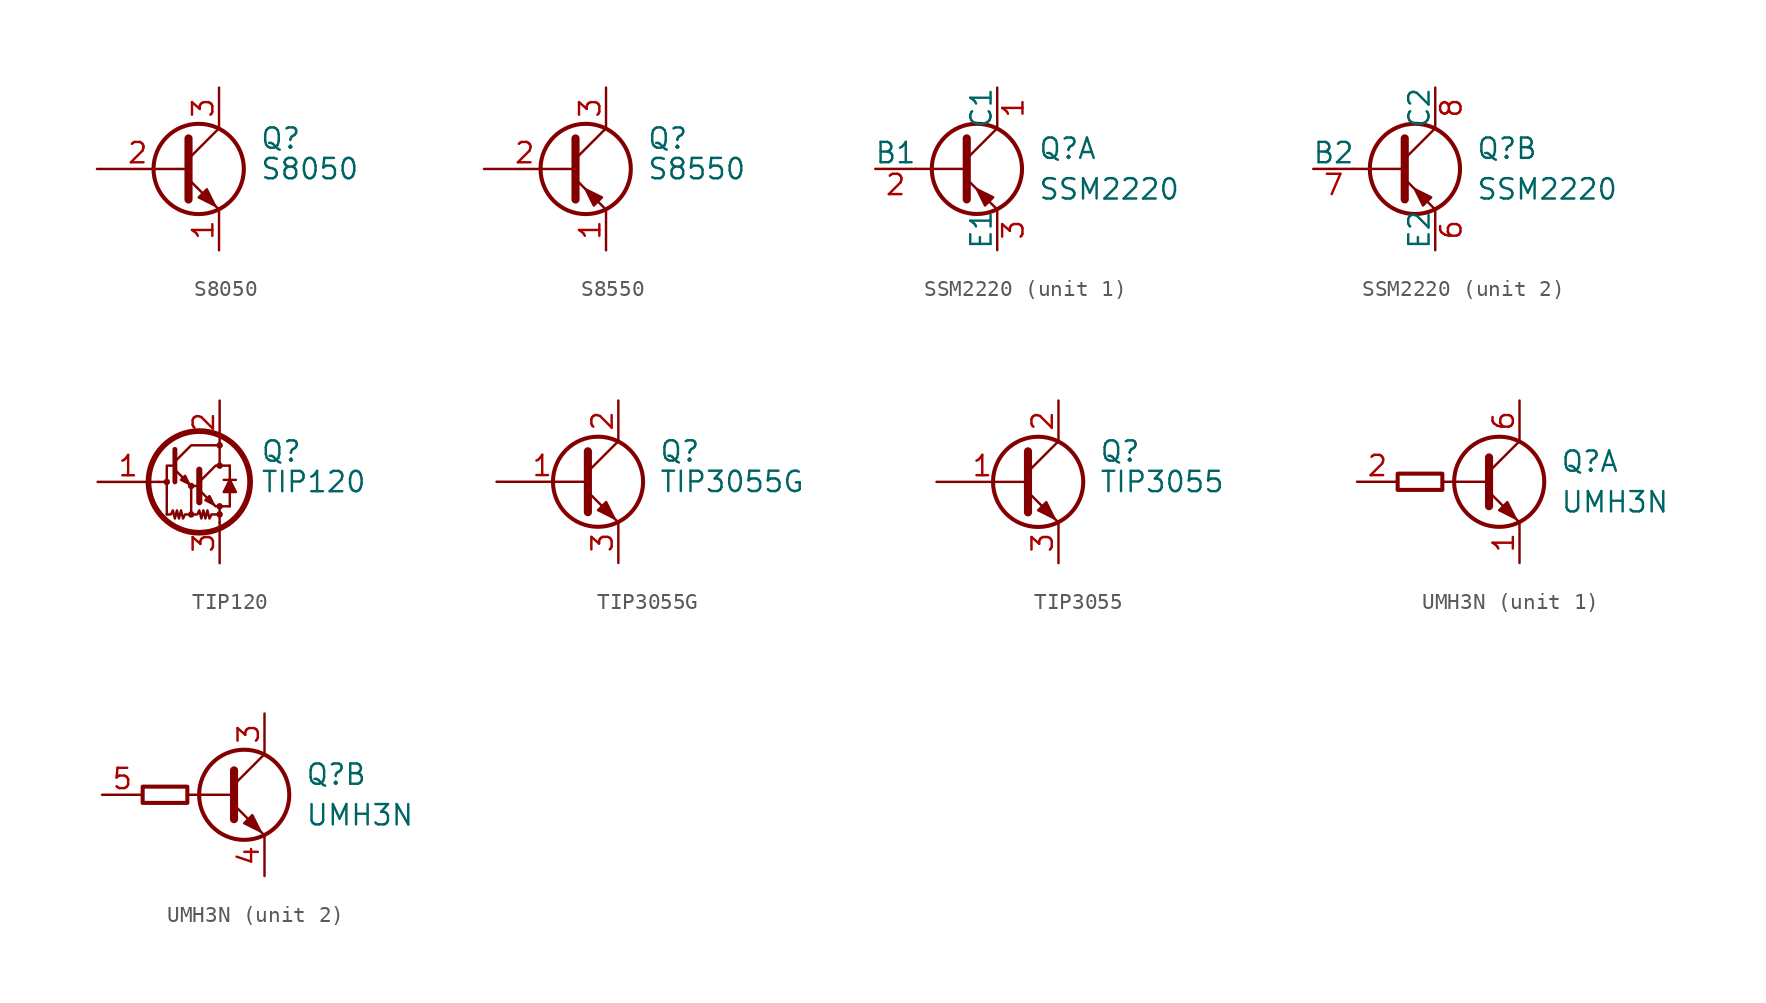
<source format=kicad_sym>
(kicad_symbol_lib
  (version 20241209)
  (generator "kicad_symbol_editor")
  (generator_version "9.0")
  (symbol "S8050"
    (pin_names
      (offset 0)
      (hide yes))
    (property "Reference" "Q"
      (at 5.08 1.905 0)
      (effects (font (size 1.27 1.27)) (justify left)))
    (property "Value" "S8050"
      (at 5.08 0 0)
      (effects (font (size 1.27 1.27)) (justify left)))
    (symbol "S8050_0_1"
      (polyline (pts (xy 0 0) (xy 0.635 0)) (stroke (width 0) (type default)) (fill (type none)))
      (polyline (pts (xy 0.635 1.905) (xy 0.635 -1.905) (xy 0.635 -1.905)) (stroke (width 0.508) (type default)) (fill (type none)))
      (polyline (pts (xy 0.635 0.635) (xy 2.54 2.54)) (stroke (width 0) (type default)) (fill (type none)))
      (polyline (pts (xy 0.635 -0.635) (xy 2.54 -2.54) (xy 2.54 -2.54)) (stroke (width 0) (type default)) (fill (type none)))
      (circle (center 1.27 0) (radius 2.819) (stroke (width 0.254) (type default)) (fill (type none)))
      (polyline (pts (xy 1.27 -1.778) (xy 1.778 -1.27) (xy 2.286 -2.286) (xy 1.27 -1.778) (xy 1.27 -1.778)) (stroke (width 0) (type default)) (fill (type outline))))
    (symbol "S8050_1_1"
      (pin input line (at -5.08 0 0) (length 5.08) (name "B" (effects (font (size 1.27 1.27)))) (number "2" (effects (font (size 1.27 1.27)))))
      (pin passive line (at 2.54 5.08 270) (length 2.54) (name "C" (effects (font (size 1.27 1.27)))) (number "3" (effects (font (size 1.27 1.27)))))
      (pin passive line (at 2.54 -5.08 90) (length 2.54) (name "E" (effects (font (size 1.27 1.27)))) (number "1" (effects (font (size 1.27 1.27)))))))
  (symbol "S8550"
    (pin_names
      (offset 0)
      (hide yes))
    (property "Reference" "Q"
      (at 5.08 1.905 0)
      (effects (font (size 1.27 1.27)) (justify left)))
    (property "Value" "S8550"
      (at 5.08 0 0)
      (effects (font (size 1.27 1.27)) (justify left)))
    (symbol "S8550_0_1"
      (polyline (pts (xy 0 0) (xy 0.635 0)) (stroke (width 0) (type default)) (fill (type none)))
      (polyline (pts (xy 0.635 1.905) (xy 0.635 -1.905) (xy 0.635 -1.905)) (stroke (width 0.508) (type default)) (fill (type outline)))
      (circle (center 1.27 0) (radius 2.819) (stroke (width 0.254) (type default)) (fill (type none)))
      (polyline (pts (xy 1.778 -2.286) (xy 2.286 -1.778) (xy 1.27 -1.27) (xy 1.778 -2.286) (xy 1.778 -2.286)) (stroke (width 0) (type default)) (fill (type outline)))
      (polyline (pts (xy 2.54 2.54) (xy 0.635 0.635)) (stroke (width 0) (type default)) (fill (type none)))
      (polyline (pts (xy 2.54 -2.54) (xy 0.635 -0.635)) (stroke (width 0) (type default)) (fill (type none))))
    (symbol "S8550_1_1"
      (pin input line (at -5.08 0 0) (length 5.08) (name "B" (effects (font (size 1.27 1.27)))) (number "2" (effects (font (size 1.27 1.27)))))
      (pin passive line (at 2.54 5.08 270) (length 2.54) (name "C" (effects (font (size 1.27 1.27)))) (number "3" (effects (font (size 1.27 1.27)))))
      (pin passive line (at 2.54 -5.08 90) (length 2.54) (name "E" (effects (font (size 1.27 1.27)))) (number "1" (effects (font (size 1.27 1.27)))))))
  (symbol "SSM2220"
    (pin_names
      (offset 0))
    (property "Reference" "Q"
      (at 5.08 1.27 0)
      (effects (font (size 1.27 1.27)) (justify left)))
    (property "Value" "SSM2220"
      (at 5.08 -1.27 0)
      (effects (font (size 1.27 1.27)) (justify left)))
    (symbol "SSM2220_0_1"
      (polyline (pts (xy 0.635 1.905) (xy 0.635 -1.905) (xy 0.635 -1.905)) (stroke (width 0.508) (type default)) (fill (type none)))
      (polyline (pts (xy 0.635 0.635) (xy 2.54 2.54)) (stroke (width 0) (type default)) (fill (type none)))
      (polyline (pts (xy 0.635 0) (xy -2.54 0)) (stroke (width 0) (type default)) (fill (type none)))
      (polyline (pts (xy 0.635 -0.635) (xy 2.54 -2.54) (xy 2.54 -2.54)) (stroke (width 0) (type default)) (fill (type none)))
      (circle (center 1.27 0) (radius 2.819) (stroke (width 0.254) (type default)) (fill (type none)))
      (polyline (pts (xy 2.286 -1.778) (xy 1.778 -2.286) (xy 1.27 -1.27) (xy 2.286 -1.778) (xy 2.286 -1.778)) (stroke (width 0) (type default)) (fill (type outline))))
    (symbol "SSM2220_1_1"
      (pin input line (at -5.08 0 0) (length 2.54) (name "B1" (effects (font (size 1.27 1.27)))) (number "2" (effects (font (size 1.27 1.27)))))
      (pin passive line (at 2.54 5.08 270) (length 2.54) (name "C1" (effects (font (size 1.27 1.27)))) (number "1" (effects (font (size 1.27 1.27)))))
      (pin passive line (at 2.54 -5.08 90) (length 2.54) (name "E1" (effects (font (size 1.27 1.27)))) (number "3" (effects (font (size 1.27 1.27))))))
    (symbol "SSM2220_2_1"
      (pin input line (at -5.08 0 0) (length 2.54) (name "B2" (effects (font (size 1.27 1.27)))) (number "7" (effects (font (size 1.27 1.27)))))
      (pin passive line (at 2.54 5.08 270) (length 2.54) (name "C2" (effects (font (size 1.27 1.27)))) (number "8" (effects (font (size 1.27 1.27)))))
      (pin passive line (at 2.54 -5.08 90) (length 2.54) (name "E2" (effects (font (size 1.27 1.27)))) (number "6" (effects (font (size 1.27 1.27)))))))
  (symbol "TIP120"
    (pin_names
      (offset 0)
      (hide yes))
    (property "Reference" "Q"
      (at 5.08 1.905 0)
      (effects (font (size 1.27 1.27)) (justify left)))
    (property "Value" "TIP120"
      (at 5.08 0 0)
      (effects (font (size 1.27 1.27)) (justify left)))
    (symbol "TIP120_0_1"
      (polyline (pts (xy -1.27 0) (xy -0.889 0)) (stroke (width 0) (type default)) (fill (type none)))
      (circle (center -0.762 0) (radius 0.127) (stroke (width 0) (type default)) (fill (type none)))
      (polyline (pts (xy -0.254 2.032) (xy -0.254 0) (xy -0.254 0)) (stroke (width 0.305) (type default)) (fill (type none)))
      (polyline (pts (xy -0.254 1.27) (xy 0.762 2.286) (xy 2.54 2.286)) (stroke (width 0) (type default)) (fill (type none)))
      (polyline (pts (xy -0.254 1.016) (xy -0.762 1.016) (xy -0.762 -2.032)) (stroke (width 0) (type default)) (fill (type none)))
      (polyline (pts (xy -0.254 0.762) (xy 0.762 -0.254) (xy 1.27 -0.254)) (stroke (width 0) (type default)) (fill (type none)))
      (polyline (pts (xy 0.635 -0.127) (xy 0.381 0.381) (xy 0.127 0.127) (xy 0.635 -0.127)) (stroke (width 0) (type default)) (fill (type none)))
      (polyline (pts (xy 0.762 -0.254) (xy 0.762 -2.032) (xy 1.143 -2.032) (xy 1.27 -1.778) (xy 1.397 -2.286) (xy 1.524 -1.778) (xy 1.651 -2.286) (xy 1.778 -1.778) (xy 1.905 -2.286) (xy 2.032 -2.032) (xy 2.54 -2.032)) (stroke (width 0) (type default)) (fill (type none)))
      (circle (center 0.762 -0.254) (radius 0.127) (stroke (width 0) (type default)) (fill (type none)))
      (polyline (pts (xy 0.762 -2.032) (xy 0.381 -2.032) (xy 0.254 -2.286) (xy 0.127 -1.778) (xy 0 -2.286) (xy -0.127 -1.778) (xy -0.254 -2.286) (xy -0.381 -1.778) (xy -0.508 -2.032) (xy -0.762 -2.032)) (stroke (width 0) (type default)) (fill (type none)))
      (circle (center 0.762 -2.032) (radius 0.127) (stroke (width 0) (type default)) (fill (type none)))
      (polyline (pts (xy 1.27 0.762) (xy 1.27 -1.27) (xy 1.27 -1.27)) (stroke (width 0.381) (type default)) (fill (type none)))
      (polyline (pts (xy 1.27 0) (xy 2.286 1.016) (xy 2.54 1.016) (xy 2.54 2.286)) (stroke (width 0) (type default)) (fill (type none)))
      (circle (center 1.27 0) (radius 3.175) (stroke (width 0.356) (type default)) (fill (type none)))
      (polyline (pts (xy 1.27 -0.508) (xy 2.286 -1.524) (xy 2.54 -1.524) (xy 2.54 -2.032)) (stroke (width 0) (type default)) (fill (type none)))
      (polyline (pts (xy 2.159 -1.397) (xy 1.905 -0.889) (xy 1.651 -1.143) (xy 2.159 -1.397)) (stroke (width 0) (type default)) (fill (type none)))
      (circle (center 2.54 2.286) (radius 0.127) (stroke (width 0) (type default)) (fill (type none)))
      (circle (center 2.54 1.016) (radius 0.127) (stroke (width 0) (type default)) (fill (type none)))
      (polyline (pts (xy 2.54 -1.524) (xy 3.175 -1.524)) (stroke (width 0) (type default)) (fill (type none)))
      (circle (center 2.54 -1.524) (radius 0.127) (stroke (width 0) (type default)) (fill (type none)))
      (polyline (pts (xy 2.54 -2.032) (xy 2.54 -2.54)) (stroke (width 0) (type default)) (fill (type none)))
      (circle (center 2.54 -2.032) (radius 0.127) (stroke (width 0) (type default)) (fill (type none)))
      (polyline (pts (xy 2.794 0.127) (xy 3.556 0.127)) (stroke (width 0) (type default)) (fill (type none)))
      (polyline (pts (xy 3.175 1.016) (xy 2.54 1.016)) (stroke (width 0) (type default)) (fill (type none)))
      (polyline (pts (xy 3.175 1.016) (xy 3.175 0.127)) (stroke (width 0) (type default)) (fill (type none)))
      (polyline (pts (xy 3.175 0.127) (xy 2.794 -0.635) (xy 3.556 -0.635) (xy 3.175 0.127)) (stroke (width 0) (type default)) (fill (type outline)))
      (polyline (pts (xy 3.175 -0.635) (xy 3.175 -1.524)) (stroke (width 0) (type default)) (fill (type none))))
    (symbol "TIP120_1_1"
      (pin input line (at -5.08 0 0) (length 3.81) (name "B" (effects (font (size 1.27 1.27)))) (number "1" (effects (font (size 1.27 1.27)))))
      (pin passive line (at 2.54 5.08 270) (length 2.667) (name "C" (effects (font (size 1.27 1.27)))) (number "2" (effects (font (size 1.27 1.27)))))
      (pin passive line (at 2.54 -5.08 90) (length 2.54) (name "E" (effects (font (size 1.27 1.27)))) (number "3" (effects (font (size 1.27 1.27)))))))
  (symbol "TIP3055G"
    (pin_names
      (offset 0)
      (hide yes))
    (property "Reference" "Q"
      (at 5.08 1.905 0)
      (effects (font (size 1.27 1.27)) (justify left)))
    (property "Value" "TIP3055G"
      (at 5.08 0 0)
      (effects (font (size 1.27 1.27)) (justify left)))
    (symbol "TIP3055G_0_1"
      (polyline (pts (xy 0.635 1.905) (xy 0.635 -1.905) (xy 0.635 -1.905)) (stroke (width 0.508) (type default)) (fill (type none)))
      (polyline (pts (xy 0.635 0.635) (xy 2.54 2.54)) (stroke (width 0) (type default)) (fill (type none)))
      (polyline (pts (xy 0.635 -0.635) (xy 2.54 -2.54) (xy 2.54 -2.54)) (stroke (width 0) (type default)) (fill (type none)))
      (circle (center 1.27 0) (radius 2.819) (stroke (width 0.254) (type default)) (fill (type none)))
      (polyline (pts (xy 1.27 -1.778) (xy 1.778 -1.27) (xy 2.286 -2.286) (xy 1.27 -1.778) (xy 1.27 -1.778)) (stroke (width 0) (type default)) (fill (type outline))))
    (symbol "TIP3055G_1_1"
      (pin input line (at -5.08 0 0) (length 5.715) (name "B" (effects (font (size 1.27 1.27)))) (number "1" (effects (font (size 1.27 1.27)))))
      (pin passive line (at 2.54 5.08 270) (length 2.54) (name "C" (effects (font (size 1.27 1.27)))) (number "2" (effects (font (size 1.27 1.27)))))
      (pin passive line (at 2.54 -5.08 90) (length 2.54) (name "E" (effects (font (size 1.27 1.27)))) (number "3" (effects (font (size 1.27 1.27)))))))
  (symbol "TIP3055"
    (pin_names
      (offset 0)
      (hide yes))
    (property "Reference" "Q"
      (at 5.08 1.905 0)
      (effects (font (size 1.27 1.27)) (justify left)))
    (property "Value" "TIP3055"
      (at 5.08 0 0)
      (effects (font (size 1.27 1.27)) (justify left)))
    (symbol "TIP3055_0_1"
      (polyline (pts (xy 0.635 1.905) (xy 0.635 -1.905) (xy 0.635 -1.905)) (stroke (width 0.508) (type default)) (fill (type none)))
      (polyline (pts (xy 0.635 0.635) (xy 2.54 2.54)) (stroke (width 0) (type default)) (fill (type none)))
      (polyline (pts (xy 0.635 -0.635) (xy 2.54 -2.54) (xy 2.54 -2.54)) (stroke (width 0) (type default)) (fill (type none)))
      (circle (center 1.27 0) (radius 2.819) (stroke (width 0.254) (type default)) (fill (type none)))
      (polyline (pts (xy 1.27 -1.778) (xy 1.778 -1.27) (xy 2.286 -2.286) (xy 1.27 -1.778) (xy 1.27 -1.778)) (stroke (width 0) (type default)) (fill (type outline))))
    (symbol "TIP3055_1_1"
      (pin input line (at -5.08 0 0) (length 5.715) (name "B" (effects (font (size 1.27 1.27)))) (number "1" (effects (font (size 1.27 1.27)))))
      (pin passive line (at 2.54 5.08 270) (length 2.54) (name "C" (effects (font (size 1.27 1.27)))) (number "2" (effects (font (size 1.27 1.27)))))
      (pin passive line (at 2.54 -5.08 90) (length 2.54) (name "E" (effects (font (size 1.27 1.27)))) (number "3" (effects (font (size 1.27 1.27)))))))
  (symbol "UMH3N"
    (pin_names
      (hide yes))
    (property "Reference" "Q"
      (at 7.62 1.27 0)
      (effects (font (size 1.27 1.27)) (justify left)))
    (property "Value" "UMH3N"
      (at 7.62 -1.27 0)
      (effects (font (size 1.27 1.27)) (justify left)))
    (symbol "UMH3N_0_1"
      (rectangle (start 0.254 0.508) (end -2.54 -0.508) (stroke (width 0.254) (type default)) (fill (type none)))
      (polyline (pts (xy 3.175 1.524) (xy 3.175 -1.524)) (stroke (width 0.508) (type default)) (fill (type none)))
      (polyline (pts (xy 3.175 0.635) (xy 5.08 2.54)) (stroke (width 0) (type default)) (fill (type none)))
      (polyline (pts (xy 3.175 0) (xy 0.254 0)) (stroke (width 0) (type default)) (fill (type none)))
      (polyline (pts (xy 3.175 -0.635) (xy 5.08 -2.54) (xy 5.08 -2.54)) (stroke (width 0) (type default)) (fill (type none)))
      (circle (center 3.81 0) (radius 2.819) (stroke (width 0.254) (type default)) (fill (type none)))
      (polyline (pts (xy 3.81 -1.778) (xy 4.318 -1.27) (xy 4.826 -2.286) (xy 3.81 -1.778) (xy 3.81 -1.778)) (stroke (width 0) (type default)) (fill (type outline))))
    (symbol "UMH3N_1_1"
      (pin input line (at -5.08 0 0) (length 2.54) (name "B1" (effects (font (size 1.27 1.27)))) (number "2" (effects (font (size 1.27 1.27)))))
      (pin passive line (at 5.08 5.08 270) (length 2.54) (name "C1" (effects (font (size 1.27 1.27)))) (number "6" (effects (font (size 1.27 1.27)))))
      (pin passive line (at 5.08 -5.08 90) (length 2.54) (name "E1" (effects (font (size 1.27 1.27)))) (number "1" (effects (font (size 1.27 1.27))))))
    (symbol "UMH3N_2_1"
      (pin input line (at -5.08 0 0) (length 2.54) (name "B2" (effects (font (size 1.27 1.27)))) (number "5" (effects (font (size 1.27 1.27)))))
      (pin passive line (at 5.08 5.08 270) (length 2.54) (name "C2" (effects (font (size 1.27 1.27)))) (number "3" (effects (font (size 1.27 1.27)))))
      (pin passive line (at 5.08 -5.08 90) (length 2.54) (name "E2" (effects (font (size 1.27 1.27)))) (number "4" (effects (font (size 1.27 1.27))))))))
</source>
